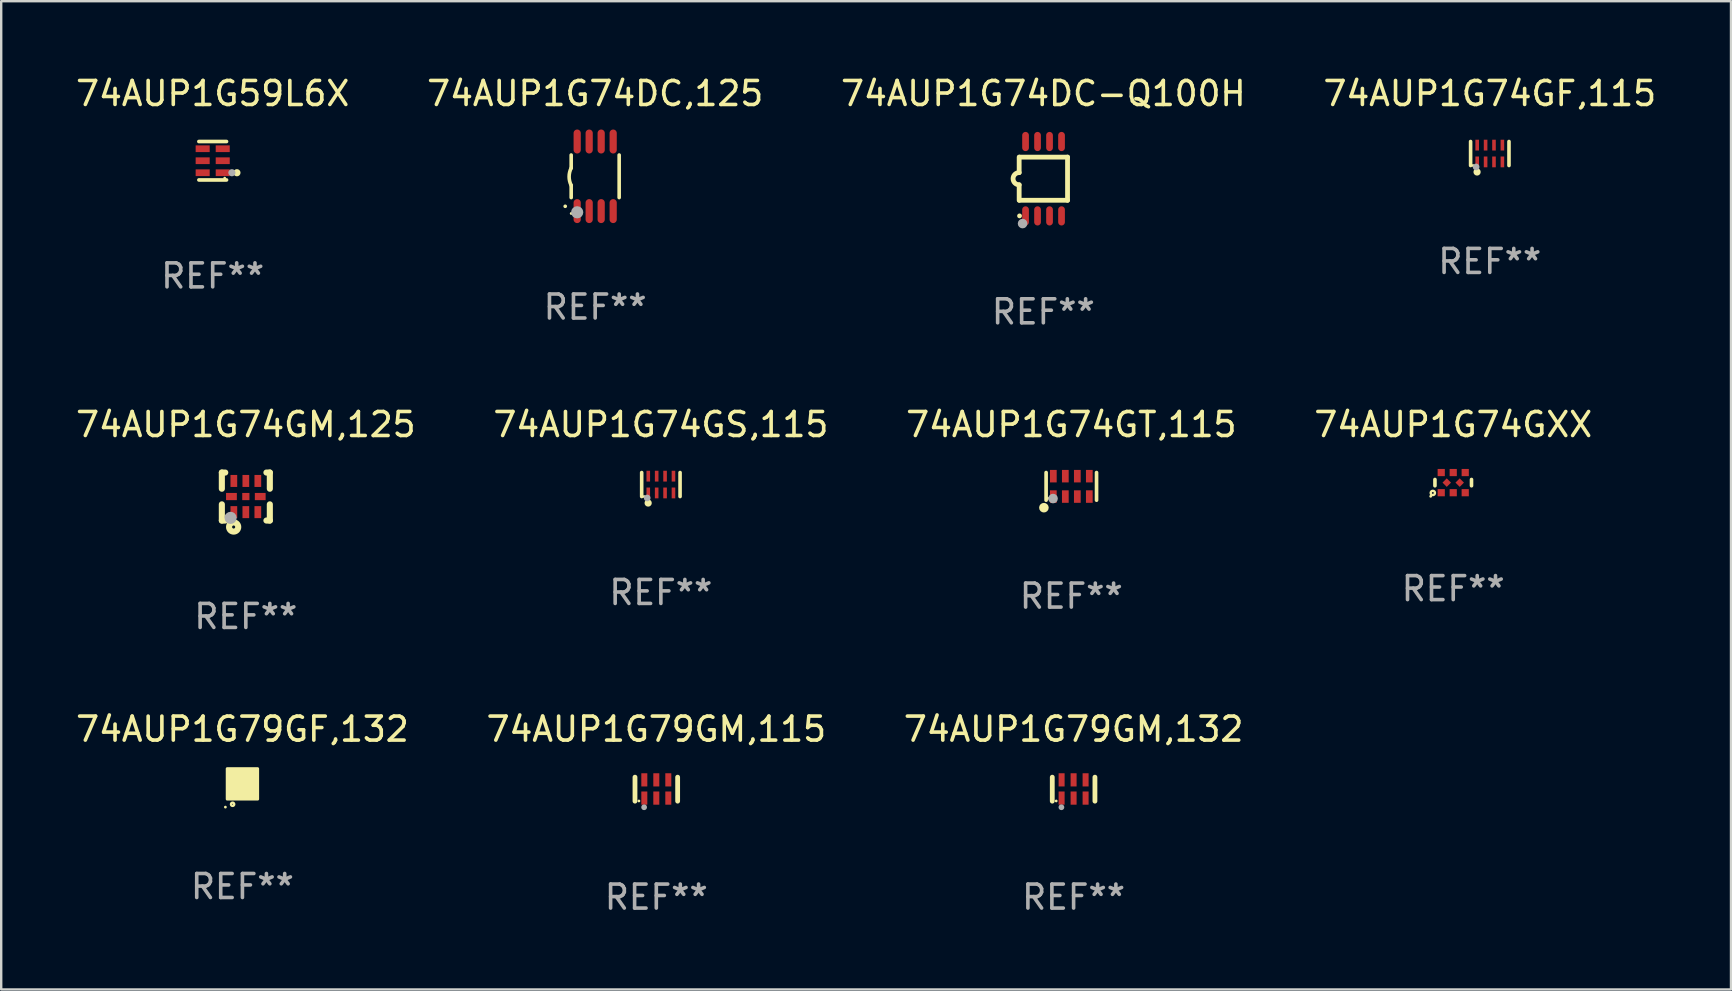
<source format=kicad_pcb>
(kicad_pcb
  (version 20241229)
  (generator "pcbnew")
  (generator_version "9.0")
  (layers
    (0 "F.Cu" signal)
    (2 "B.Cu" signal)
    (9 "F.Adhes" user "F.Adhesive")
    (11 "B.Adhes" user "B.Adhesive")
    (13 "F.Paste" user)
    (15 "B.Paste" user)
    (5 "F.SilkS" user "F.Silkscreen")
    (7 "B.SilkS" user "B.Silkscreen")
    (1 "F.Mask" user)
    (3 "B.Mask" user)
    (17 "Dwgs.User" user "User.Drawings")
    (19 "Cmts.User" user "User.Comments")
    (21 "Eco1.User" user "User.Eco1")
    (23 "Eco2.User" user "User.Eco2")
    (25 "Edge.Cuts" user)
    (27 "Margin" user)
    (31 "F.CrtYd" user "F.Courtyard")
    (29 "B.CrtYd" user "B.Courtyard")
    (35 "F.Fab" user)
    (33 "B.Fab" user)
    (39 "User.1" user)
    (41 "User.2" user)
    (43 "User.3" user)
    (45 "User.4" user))
  (footprint "74AUP1G74GXX"
    (layer "F.Cu")
    (at 57.518 17.065)
    (property "Reference" "74AUP1G74GXX" (at 0 -2.42 0) (layer "F.SilkS") (effects (font (size 1 1) (thickness 0.15))))
    (attr through_hole)
    (fp_line (start -0.762 -0.131) (end -0.762 0.131) (stroke (width 0.15) (type solid)) (layer "F.SilkS"))
    (fp_line (start 0.762 -0.131) (end 0.762 0.131) (stroke (width 0.15) (type solid)) (layer "F.SilkS"))
    (fp_circle (center -0.939 0.57) (end -0.909 0.57) (stroke (width 0.06) (type solid)) (fill no) (layer "F.SilkS"))
    (fp_circle (center -0.85 0.43) (end -0.811 0.43) (stroke (width 0.1) (type solid)) (fill no) (layer "F.SilkS"))
    (fp_text user "REF**" (at 0 4.42 0) (layer "F.Fab") (effects (font (size 1 1) (thickness 0.15))))
    (pad "1" smd rect (at -0.5 0.42) (size 0.3 0.3) (layers "F.Cu" "F.Mask" "F.Paste"))
    (pad "2" smd rect (at 0.000127 0.42) (size 0.3 0.3) (layers "F.Cu" "F.Mask" "F.Paste"))
    (pad "3" smd rect (at 0.5 0.42) (size 0.3 0.3) (layers "F.Cu" "F.Mask" "F.Paste"))
    (pad "4" smd rect (at 0.27 0 45) (size 0.25 0.25) (layers "F.Cu" "F.Mask" "F.Paste"))
    (pad "5" smd rect (at 0.5 -0.42) (size 0.3 0.3) (layers "F.Cu" "F.Mask" "F.Paste"))
    (pad "6" smd rect (at 0.000127 -0.42) (size 0.3 0.3) (layers "F.Cu" "F.Mask" "F.Paste"))
    (pad "7" smd rect (at -0.5 -0.42) (size 0.3 0.3) (layers "F.Cu" "F.Mask" "F.Paste"))
    (pad "8" smd rect (at -0.27 0 45) (size 0.25 0.25) (layers "F.Cu" "F.Mask" "F.Paste")))
  (footprint "74AUP1G74DC,125"
    (layer "F.Cu")
    (at 21.756 4.298)
    (property "Reference" "74AUP1G74DC,125" (at 0 -3.45 0) (layer "F.SilkS") (effects (font (size 1 1) (thickness 0.15))))
    (attr through_hole)
    (fp_line (start -1 -0.887) (end -1 -0.346) (stroke (width 0.15) (type solid)) (layer "F.SilkS"))
    (fp_line (start -1 0.887) (end -1 0.375) (stroke (width 0.15) (type solid)) (layer "F.SilkS"))
    (fp_line (start 1 -0.887) (end 1 0.887) (stroke (width 0.15) (type solid)) (layer "F.SilkS"))
    (fp_arc (start -1.250013 1.250013) (mid -1.248743 1.250007) (end -1.247473 1.250013) (stroke (width 0.150013) (type solid)) (layer "F.SilkS"))
    (fp_arc (start -1.000762 0.375921) (mid -1.085762 0.014655) (end -1 -0.346431) (stroke (width 0.150013) (type solid)) (layer "F.SilkS"))
    (fp_circle (center -1 1.55) (end -0.97 1.55) (stroke (width 0.06) (type solid)) (fill no) (layer "F.SilkS"))
    (fp_circle (center -0.75 1.5) (end -0.623 1.5) (stroke (width 0.254) (type solid)) (fill no) (layer "F.Fab"))
    (fp_text user "REF**" (at 0 5.45 0) (layer "F.Fab") (effects (font (size 1 1) (thickness 0.15))))
    (pad "1" smd oval (at -0.75 1.45 270) (size 1 0.3) (layers "F.Cu" "F.Mask" "F.Paste"))
    (pad "2" smd oval (at -0.25 1.45 270) (size 1 0.3) (layers "F.Cu" "F.Mask" "F.Paste"))
    (pad "3" smd oval (at 0.25 1.45 270) (size 1 0.3) (layers "F.Cu" "F.Mask" "F.Paste"))
    (pad "4" smd oval (at 0.75 1.45 270) (size 1 0.3) (layers "F.Cu" "F.Mask" "F.Paste"))
    (pad "5" smd oval (at 0.75 -1.45 270) (size 1 0.3) (layers "F.Cu" "F.Mask" "F.Paste"))
    (pad "6" smd oval (at 0.25 -1.45 270) (size 1 0.3) (layers "F.Cu" "F.Mask" "F.Paste"))
    (pad "7" smd oval (at -0.25 -1.45 270) (size 1 0.3) (layers "F.Cu" "F.Mask" "F.Paste"))
    (pad "8" smd oval (at -0.75 -1.45 270) (size 1 0.3) (layers "F.Cu" "F.Mask" "F.Paste")))
  (footprint "74AUP1G79GF,132"
    (layer "F.Cu")
    (at 7.054 29.621)
    (property "Reference" "74AUP1G79GF,132" (at 0 -2.28 0) (layer "F.SilkS") (effects (font (size 1 1) (thickness 0.15))))
    (attr through_hole)
    (fp_circle (center -0.71 0.968) (end -0.68 0.968) (stroke (width 0.06) (type solid)) (fill no) (layer "F.SilkS"))
    (fp_circle (center -0.41 0.85) (end -0.342 0.85) (stroke (width 0.1) (type solid)) (fill no) (layer "F.SilkS"))
    (fp_poly (pts (xy -0.635 -0.635) (xy 0.635 -0.635) (xy 0.635 0.635) (xy -0.635 0.635)) (stroke (width 0.12) (type solid)) (fill yes) (layer "F.SilkS"))
    (fp_text user "REF**" (at 0 4.28 0) (layer "F.Fab") (effects (font (size 1 1) (thickness 0.15))))
    (pad "1" smd rect (at -0.35 0.28 90) (size 0.35 0.2) (layers "F.Cu" "F.Mask" "F.Paste"))
    (pad "2" smd rect (at 0 0.28 90) (size 0.35 0.2) (layers "F.Cu" "F.Mask" "F.Paste"))
    (pad "3" smd rect (at 0.35 0.28 90) (size 0.35 0.2) (layers "F.Cu" "F.Mask" "F.Paste"))
    (pad "4" smd rect (at 0.35 -0.28 90) (size 0.35 0.2) (layers "F.Cu" "F.Mask" "F.Paste"))
    (pad "5" smd rect (at 0 -0.28 90) (size 0.35 0.2) (layers "F.Cu" "F.Mask" "F.Paste"))
    (pad "6" smd rect (at -0.35 -0.28 90) (size 0.35 0.2) (layers "F.Cu" "F.Mask" "F.Paste")))
  (footprint "74AUP1G74GF,115"
    (layer "F.Cu")
    (at 59.042 3.348)
    (property "Reference" "74AUP1G74GF,115" (at 0 -2.5 0) (layer "F.SilkS") (effects (font (size 1 1) (thickness 0.15))))
    (attr through_hole)
    (fp_line (start -0.8 -0.5) (end -0.8 0.5) (stroke (width 0.15) (type solid)) (layer "F.SilkS"))
    (fp_line (start 0.8 -0.5) (end 0.8 0.5) (stroke (width 0.15) (type solid)) (layer "F.SilkS"))
    (fp_circle (center -0.7 0.5) (end -0.67 0.5) (stroke (width 0.06) (type solid)) (fill no) (layer "F.SilkS"))
    (fp_circle (center -0.53 0.77) (end -0.454 0.77) (stroke (width 0.15) (type solid)) (fill no) (layer "F.SilkS"))
    (fp_circle (center -0.57 0.56) (end -0.5 0.56) (stroke (width 0.14) (type solid)) (fill no) (layer "F.Fab"))
    (fp_text user "REF**" (at 0 4.5 0) (layer "F.Fab") (effects (font (size 1 1) (thickness 0.15))))
    (pad "1" smd rect (at -0.525 0.35) (size 0.15 0.45) (layers "F.Cu" "F.Mask" "F.Paste"))
    (pad "2" smd rect (at -0.175 0.35) (size 0.15 0.45) (layers "F.Cu" "F.Mask" "F.Paste"))
    (pad "3" smd rect (at 0.175 0.35) (size 0.15 0.45) (layers "F.Cu" "F.Mask" "F.Paste"))
    (pad "4" smd rect (at 0.525 0.35) (size 0.15 0.45) (layers "F.Cu" "F.Mask" "F.Paste"))
    (pad "5" smd rect (at 0.525 -0.35) (size 0.15 0.45) (layers "F.Cu" "F.Mask" "F.Paste"))
    (pad "6" smd rect (at 0.175 -0.35) (size 0.15 0.45) (layers "F.Cu" "F.Mask" "F.Paste"))
    (pad "7" smd rect (at -0.175 -0.35) (size 0.15 0.45) (layers "F.Cu" "F.Mask" "F.Paste"))
    (pad "8" smd rect (at -0.525 -0.35) (size 0.15 0.45) (layers "F.Cu" "F.Mask" "F.Paste")))
  (footprint "74AUP1G59L6X"
    (layer "F.Cu")
    (at 5.815 3.649)
    (property "Reference" "74AUP1G59L6X" (at 0 -2.801 0) (layer "F.SilkS") (effects (font (size 1 1) (thickness 0.15))))
    (attr through_hole)
    (fp_line (start 0.576 -0.801) (end -0.576 -0.801) (stroke (width 0.152) (type solid)) (layer "F.SilkS"))
    (fp_line (start 0.576 0.801) (end -0.576 0.801) (stroke (width 0.152) (type solid)) (layer "F.SilkS"))
    (fp_circle (center 0.5 0.725) (end 0.53 0.725) (stroke (width 0.06) (type solid)) (fill no) (layer "F.SilkS"))
    (fp_circle (center 1.01 0.5) (end 1.085 0.5) (stroke (width 0.15) (type solid)) (fill no) (layer "F.SilkS"))
    (fp_circle (center 0.8 0.5) (end 0.875 0.5) (stroke (width 0.15) (type solid)) (fill no) (layer "F.Fab"))
    (fp_text user "REF**" (at 0 4.801 0) (layer "F.Fab") (effects (font (size 1 1) (thickness 0.15))))
    (pad "1" smd rect (at 0.418 0.5 90) (size 0.28 0.585) (layers "F.Cu" "F.Mask" "F.Paste"))
    (pad "2" smd rect (at 0.418 0 90) (size 0.28 0.585) (layers "F.Cu" "F.Mask" "F.Paste"))
    (pad "3" smd rect (at 0.418 -0.5 90) (size 0.28 0.585) (layers "F.Cu" "F.Mask" "F.Paste"))
    (pad "4" smd rect (at -0.418 -0.5 90) (size 0.28 0.585) (layers "F.Cu" "F.Mask" "F.Paste"))
    (pad "5" smd rect (at -0.418 0 90) (size 0.28 0.585) (layers "F.Cu" "F.Mask" "F.Paste"))
    (pad "6" smd rect (at -0.418 0.5 90) (size 0.28 0.585) (layers "F.Cu" "F.Mask" "F.Paste")))
  (footprint "74AUP1G74GS,115"
    (layer "F.Cu")
    (at 24.494 17.145)
    (property "Reference" "74AUP1G74GS,115" (at 0 -2.5 0) (layer "F.SilkS") (effects (font (size 1 1) (thickness 0.15))))
    (attr through_hole)
    (fp_line (start -0.8 -0.5) (end -0.8 0.5) (stroke (width 0.15) (type solid)) (layer "F.SilkS"))
    (fp_line (start 0.8 -0.5) (end 0.8 0.5) (stroke (width 0.15) (type solid)) (layer "F.SilkS"))
    (fp_circle (center -0.7 0.5) (end -0.67 0.5) (stroke (width 0.06) (type solid)) (fill no) (layer "F.SilkS"))
    (fp_circle (center -0.53 0.77) (end -0.454 0.77) (stroke (width 0.15) (type solid)) (fill no) (layer "F.SilkS"))
    (fp_circle (center -0.57 0.56) (end -0.5 0.56) (stroke (width 0.14) (type solid)) (fill no) (layer "F.Fab"))
    (fp_text user "REF**" (at 0 4.5 0) (layer "F.Fab") (effects (font (size 1 1) (thickness 0.15))))
    (pad "1" smd rect (at -0.525 0.35) (size 0.15 0.45) (layers "F.Cu" "F.Mask" "F.Paste"))
    (pad "2" smd rect (at -0.175 0.35) (size 0.15 0.45) (layers "F.Cu" "F.Mask" "F.Paste"))
    (pad "3" smd rect (at 0.175 0.35) (size 0.15 0.45) (layers "F.Cu" "F.Mask" "F.Paste"))
    (pad "4" smd rect (at 0.525 0.35) (size 0.15 0.45) (layers "F.Cu" "F.Mask" "F.Paste"))
    (pad "5" smd rect (at 0.525 -0.35) (size 0.15 0.45) (layers "F.Cu" "F.Mask" "F.Paste"))
    (pad "6" smd rect (at 0.175 -0.35) (size 0.15 0.45) (layers "F.Cu" "F.Mask" "F.Paste"))
    (pad "7" smd rect (at -0.175 -0.35) (size 0.15 0.45) (layers "F.Cu" "F.Mask" "F.Paste"))
    (pad "8" smd rect (at -0.525 -0.35) (size 0.15 0.45) (layers "F.Cu" "F.Mask" "F.Paste")))
  (footprint "74AUP1G74GM,125"
    (layer "F.Cu")
    (at 7.196 17.645)
    (property "Reference" "74AUP1G74GM,125" (at 0 -3 0) (layer "F.SilkS") (effects (font (size 1 1) (thickness 0.15))))
    (attr through_hole)
    (fp_line (start -1 -1) (end -0.858 -1) (stroke (width 0.254) (type solid)) (layer "F.SilkS"))
    (fp_line (start -1 -0.325) (end -1 -1) (stroke (width 0.254) (type solid)) (layer "F.SilkS"))
    (fp_line (start -1 1) (end -1 0.325) (stroke (width 0.254) (type solid)) (layer "F.SilkS"))
    (fp_line (start -0.858 1) (end -1 1) (stroke (width 0.254) (type solid)) (layer "F.SilkS"))
    (fp_line (start 0.858 -1) (end 1 -1) (stroke (width 0.254) (type solid)) (layer "F.SilkS"))
    (fp_line (start 1 -1) (end 1 -0.325) (stroke (width 0.254) (type solid)) (layer "F.SilkS"))
    (fp_line (start 1 0.325) (end 1 1) (stroke (width 0.254) (type solid)) (layer "F.SilkS"))
    (fp_line (start 1 1) (end 0.858 1) (stroke (width 0.254) (type solid)) (layer "F.SilkS"))
    (fp_circle (center -0.8 0.8) (end -0.77 0.8) (stroke (width 0.06) (type solid)) (fill no) (layer "F.SilkS"))
    (fp_circle (center -0.508 1.27) (end -0.444 1.27) (stroke (width 0.254) (type solid)) (fill no) (layer "F.SilkS"))
    (fp_circle (center -0.635 0.889) (end -0.508 0.889) (stroke (width 0.254) (type solid)) (fill no) (layer "F.Fab"))
    (fp_text user "REF**" (at 0 5 0) (layer "F.Fab") (effects (font (size 1 1) (thickness 0.15))))
    (pad "1" smd rect (at -0.5 0.65 90) (size 0.5 0.28) (layers "F.Cu" "F.Mask" "F.Paste"))
    (pad "2" smd rect (at 0.000013 0.65 90) (size 0.5 0.28) (layers "F.Cu" "F.Mask" "F.Paste"))
    (pad "3" smd rect (at 0.5 0.65 90) (size 0.5 0.28) (layers "F.Cu" "F.Mask" "F.Paste"))
    (pad "4" smd rect (at 0.6 0.000076 180) (size 0.45 0.3) (layers "F.Cu" "F.Mask" "F.Paste"))
    (pad "5" smd rect (at 0.5 -0.65 90) (size 0.5 0.28) (layers "F.Cu" "F.Mask" "F.Paste"))
    (pad "6" smd rect (at 0.000013 -0.65 90) (size 0.5 0.28) (layers "F.Cu" "F.Mask" "F.Paste"))
    (pad "7" smd rect (at -0.5 -0.65 90) (size 0.5 0.28) (layers "F.Cu" "F.Mask" "F.Paste"))
    (pad "8" smd rect (at -0.6 0.000076 180) (size 0.45 0.3) (layers "F.Cu" "F.Mask" "F.Paste"))
    (pad "9" smd rect (at 0.000013 0.000076 180) (size 0.3 0.3) (layers "F.Cu" "F.Mask" "F.Paste")))
  (footprint "74AUP1G74GT,115"
    (layer "F.Cu")
    (at 41.601 17.221)
    (property "Reference" "74AUP1G74GT,115" (at 0 -2.576 0) (layer "F.SilkS") (effects (font (size 1 1) (thickness 0.15))))
    (attr through_hole)
    (fp_line (start -1.051 0.576) (end -1.051 -0.576) (stroke (width 0.152) (type solid)) (layer "F.SilkS"))
    (fp_line (start 1.051 -0.576) (end 1.051 0.576) (stroke (width 0.152) (type solid)) (layer "F.SilkS"))
    (fp_circle (center -1.143 0.889) (end -1.043 0.889) (stroke (width 0.2) (type solid)) (fill no) (layer "F.SilkS"))
    (fp_circle (center -0.975 0.5) (end -0.945 0.5) (stroke (width 0.06) (type solid)) (fill no) (layer "F.SilkS"))
    (fp_circle (center -0.762 0.508) (end -0.662 0.508) (stroke (width 0.2) (type solid)) (fill no) (layer "F.Fab"))
    (fp_text user "REF**" (at 0 4.576 0) (layer "F.Fab") (effects (font (size 1 1) (thickness 0.15))))
    (pad "1" smd rect (at -0.75 0.425) (size 0.28 0.521) (layers "F.Cu" "F.Mask" "F.Paste"))
    (pad "2" smd rect (at -0.25 0.425) (size 0.28 0.521) (layers "F.Cu" "F.Mask" "F.Paste"))
    (pad "3" smd rect (at 0.25 0.425) (size 0.28 0.521) (layers "F.Cu" "F.Mask" "F.Paste"))
    (pad "4" smd rect (at 0.75 0.425) (size 0.28 0.521) (layers "F.Cu" "F.Mask" "F.Paste"))
    (pad "5" smd rect (at 0.75 -0.425) (size 0.28 0.521) (layers "F.Cu" "F.Mask" "F.Paste"))
    (pad "6" smd rect (at 0.25 -0.425) (size 0.28 0.521) (layers "F.Cu" "F.Mask" "F.Paste"))
    (pad "7" smd rect (at -0.25 -0.425) (size 0.28 0.521) (layers "F.Cu" "F.Mask" "F.Paste"))
    (pad "8" smd rect (at -0.75 -0.425) (size 0.28 0.521) (layers "F.Cu" "F.Mask" "F.Paste")))
  (footprint "74AUP1G74DC-Q100H"
    (layer "F.Cu")
    (at 40.435 4.398)
    (property "Reference" "74AUP1G74DC-Q100H" (at 0 -3.55 0) (layer "F.SilkS") (effects (font (size 1 1) (thickness 0.15))))
    (attr through_hole)
    (fp_line (start -1.008 -0.254) (end -1.008 -0.9) (stroke (width 0.2) (type solid)) (layer "F.SilkS"))
    (fp_line (start -1.008 0.254) (end -1.008 0.9) (stroke (width 0.2) (type solid)) (layer "F.SilkS"))
    (fp_line (start -0.992 0.9) (end 1.008 0.9) (stroke (width 0.2) (type solid)) (layer "F.SilkS"))
    (fp_line (start 1.008 -0.9) (end -0.992 -0.9) (stroke (width 0.2) (type solid)) (layer "F.SilkS"))
    (fp_line (start 1.008 0.9) (end 1.008 -0.9) (stroke (width 0.2) (type solid)) (layer "F.SilkS"))
    (fp_arc (start -1.008001 0.254001) (mid -1.262002 0) (end -1.008001 -0.254001) (stroke (width 0.2) (type solid)) (layer "F.SilkS"))
    (fp_circle (center -0.992 1.55) (end -0.942 1.55) (stroke (width 0.1) (type solid)) (fill no) (layer "F.SilkS"))
    (fp_circle (center -0.866 1.87) (end -0.766 1.87) (stroke (width 0.2) (type solid)) (fill no) (layer "F.Fab"))
    (fp_text user "REF**" (at 0 5.55 0) (layer "F.Fab") (effects (font (size 1 1) (thickness 0.15))))
    (pad "1" smd oval (at -0.742 1.55 270) (size 0.8 0.28) (layers "F.Cu" "F.Mask" "F.Paste"))
    (pad "2" smd oval (at -0.242 1.55 270) (size 0.8 0.28) (layers "F.Cu" "F.Mask" "F.Paste"))
    (pad "3" smd oval (at 0.258 1.55 270) (size 0.8 0.28) (layers "F.Cu" "F.Mask" "F.Paste"))
    (pad "4" smd oval (at 0.758 1.55 270) (size 0.8 0.28) (layers "F.Cu" "F.Mask" "F.Paste"))
    (pad "5" smd oval (at 0.758 -1.55 270) (size 0.8 0.28) (layers "F.Cu" "F.Mask" "F.Paste"))
    (pad "6" smd oval (at 0.258 -1.55 270) (size 0.8 0.28) (layers "F.Cu" "F.Mask" "F.Paste"))
    (pad "7" smd oval (at -0.242 -1.55 270) (size 0.8 0.28) (layers "F.Cu" "F.Mask" "F.Paste"))
    (pad "8" smd oval (at -0.742 -1.55 270) (size 0.8 0.28) (layers "F.Cu" "F.Mask" "F.Paste")))
  (footprint "74AUP1G79GM,115"
    (layer "F.Cu")
    (at 24.304 29.841)
    (property "Reference" "74AUP1G79GM,115" (at 0 -2.5 0) (layer "F.SilkS") (effects (font (size 1 1) (thickness 0.15))))
    (attr through_hole)
    (fp_line (start -0.889 0.5) (end -0.889 -0.5) (stroke (width 0.2) (type solid)) (layer "F.SilkS"))
    (fp_line (start 0.889 0.5) (end 0.889 -0.5) (stroke (width 0.2) (type solid)) (layer "F.SilkS"))
    (fp_circle (center -0.725 0.492) (end -0.695 0.492) (stroke (width 0.06) (type solid)) (fill no) (layer "F.SilkS"))
    (fp_circle (center -0.508 0.754) (end -0.448 0.754) (stroke (width 0.12) (type solid)) (fill no) (layer "F.Fab"))
    (fp_text user "REF**" (at 0 4.5 0) (layer "F.Fab") (effects (font (size 1 1) (thickness 0.15))))
    (pad "1" smd rect (at -0.5 0.372) (size 0.25 0.55) (layers "F.Cu" "F.Mask" "F.Paste"))
    (pad "2" smd rect (at -0.000127 0.372) (size 0.25 0.55) (layers "F.Cu" "F.Mask" "F.Paste"))
    (pad "3" smd rect (at 0.5 0.372) (size 0.25 0.55) (layers "F.Cu" "F.Mask" "F.Paste"))
    (pad "4" smd rect (at 0.5 -0.388 180) (size 0.25 0.55) (layers "F.Cu" "F.Mask" "F.Paste"))
    (pad "5" smd rect (at -0.000127 -0.388 180) (size 0.25 0.55) (layers "F.Cu" "F.Mask" "F.Paste"))
    (pad "6" smd rect (at -0.5 -0.388 180) (size 0.25 0.55) (layers "F.Cu" "F.Mask" "F.Paste")))
  (footprint "74AUP1G79GM,132"
    (layer "F.Cu")
    (at 41.696 29.841)
    (property "Reference" "74AUP1G79GM,132" (at 0 -2.5 0) (layer "F.SilkS") (effects (font (size 1 1) (thickness 0.15))))
    (attr through_hole)
    (fp_line (start -0.889 0.5) (end -0.889 -0.5) (stroke (width 0.2) (type solid)) (layer "F.SilkS"))
    (fp_line (start 0.889 0.5) (end 0.889 -0.5) (stroke (width 0.2) (type solid)) (layer "F.SilkS"))
    (fp_circle (center -0.725 0.492) (end -0.695 0.492) (stroke (width 0.06) (type solid)) (fill no) (layer "F.SilkS"))
    (fp_circle (center -0.508 0.754) (end -0.448 0.754) (stroke (width 0.12) (type solid)) (fill no) (layer "F.Fab"))
    (fp_text user "REF**" (at 0 4.5 0) (layer "F.Fab") (effects (font (size 1 1) (thickness 0.15))))
    (pad "1" smd rect (at -0.5 0.372) (size 0.25 0.55) (layers "F.Cu" "F.Mask" "F.Paste"))
    (pad "2" smd rect (at -0.000127 0.372) (size 0.25 0.55) (layers "F.Cu" "F.Mask" "F.Paste"))
    (pad "3" smd rect (at 0.5 0.372) (size 0.25 0.55) (layers "F.Cu" "F.Mask" "F.Paste"))
    (pad "4" smd rect (at 0.5 -0.388 180) (size 0.25 0.55) (layers "F.Cu" "F.Mask" "F.Paste"))
    (pad "5" smd rect (at -0.000127 -0.388 180) (size 0.25 0.55) (layers "F.Cu" "F.Mask" "F.Paste"))
    (pad "6" smd rect (at -0.5 -0.388 180) (size 0.25 0.55) (layers "F.Cu" "F.Mask" "F.Paste")))
  (gr_rect
    (start -3 -3)
    (end 69.095 38.189)
    (stroke (width 0.1) (type default))
    (fill no)
    (layer "Edge.Cuts")))
</source>
